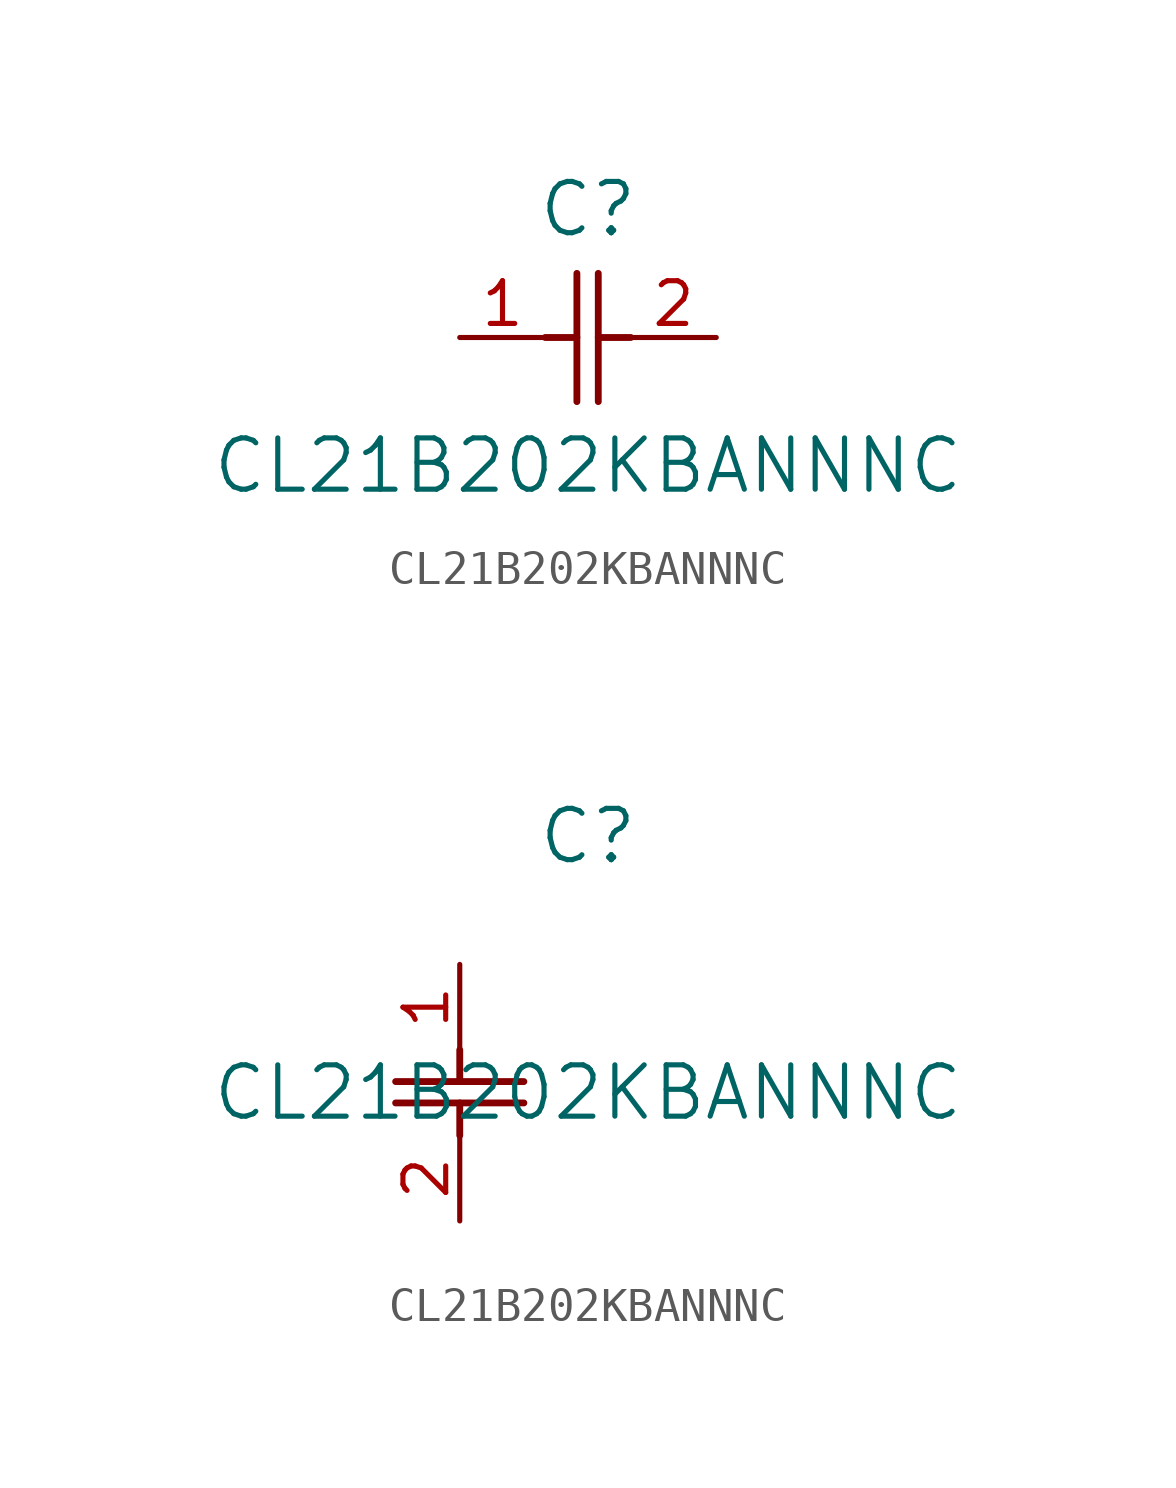
<source format=kicad_sym>
(kicad_symbol_lib
  (version 20211014)
  (generator kicad_symbol_editor)
  (symbol "CL21B202KBANNNC"
    (pin_names
      (offset 0.254))
    (property "Reference" "C"
      (at 3.81 3.81 0)
      (effects (font (size 1.524 1.524))))
    (property "Value" "CL21B202KBANNNC"
      (at 3.81 -3.81 0)
      (effects (font (size 1.524 1.524))))
    (symbol "CL21B202KBANNNC_1_1"
      (polyline (pts (xy 3.48 -1.905) (xy 3.48 1.905)) (stroke (width 0.203) (type default) (color 0 0 0 0)) (fill (type none)))
      (polyline (pts (xy 4.115 -1.905) (xy 4.115 1.905)) (stroke (width 0.203) (type default) (color 0 0 0 0)) (fill (type none)))
      (polyline (pts (xy 4.115 0) (xy 5.08 0)) (stroke (width 0.203) (type default) (color 0 0 0 0)) (fill (type none)))
      (polyline (pts (xy 2.54 0) (xy 3.48 0)) (stroke (width 0.203) (type default) (color 0 0 0 0)) (fill (type none)))
      (pin unspecified line (at 0 0 0) (length 2.54) (name "" (effects (font (size 1.27 1.27)))) (number "1" (effects (font (size 1.27 1.27)))))
      (pin unspecified line (at 7.62 0 180) (length 2.54) (name "" (effects (font (size 1.27 1.27)))) (number "2" (effects (font (size 1.27 1.27))))))
    (symbol "CL21B202KBANNNC_1_2"
      (polyline (pts (xy -1.905 -3.48) (xy 1.905 -3.48)) (stroke (width 0.203) (type default) (color 0 0 0 0)) (fill (type none)))
      (polyline (pts (xy -1.905 -4.115) (xy 1.905 -4.115)) (stroke (width 0.203) (type default) (color 0 0 0 0)) (fill (type none)))
      (polyline (pts (xy 0 -4.115) (xy 0 -5.08)) (stroke (width 0.203) (type default) (color 0 0 0 0)) (fill (type none)))
      (polyline (pts (xy 0 -2.54) (xy 0 -3.48)) (stroke (width 0.203) (type default) (color 0 0 0 0)) (fill (type none)))
      (pin unspecified line (at 0 0 270) (length 2.54) (name "" (effects (font (size 1.27 1.27)))) (number "1" (effects (font (size 1.27 1.27)))))
      (pin unspecified line (at 0 -7.62 90) (length 2.54) (name "" (effects (font (size 1.27 1.27)))) (number "2" (effects (font (size 1.27 1.27))))))))
</source>
